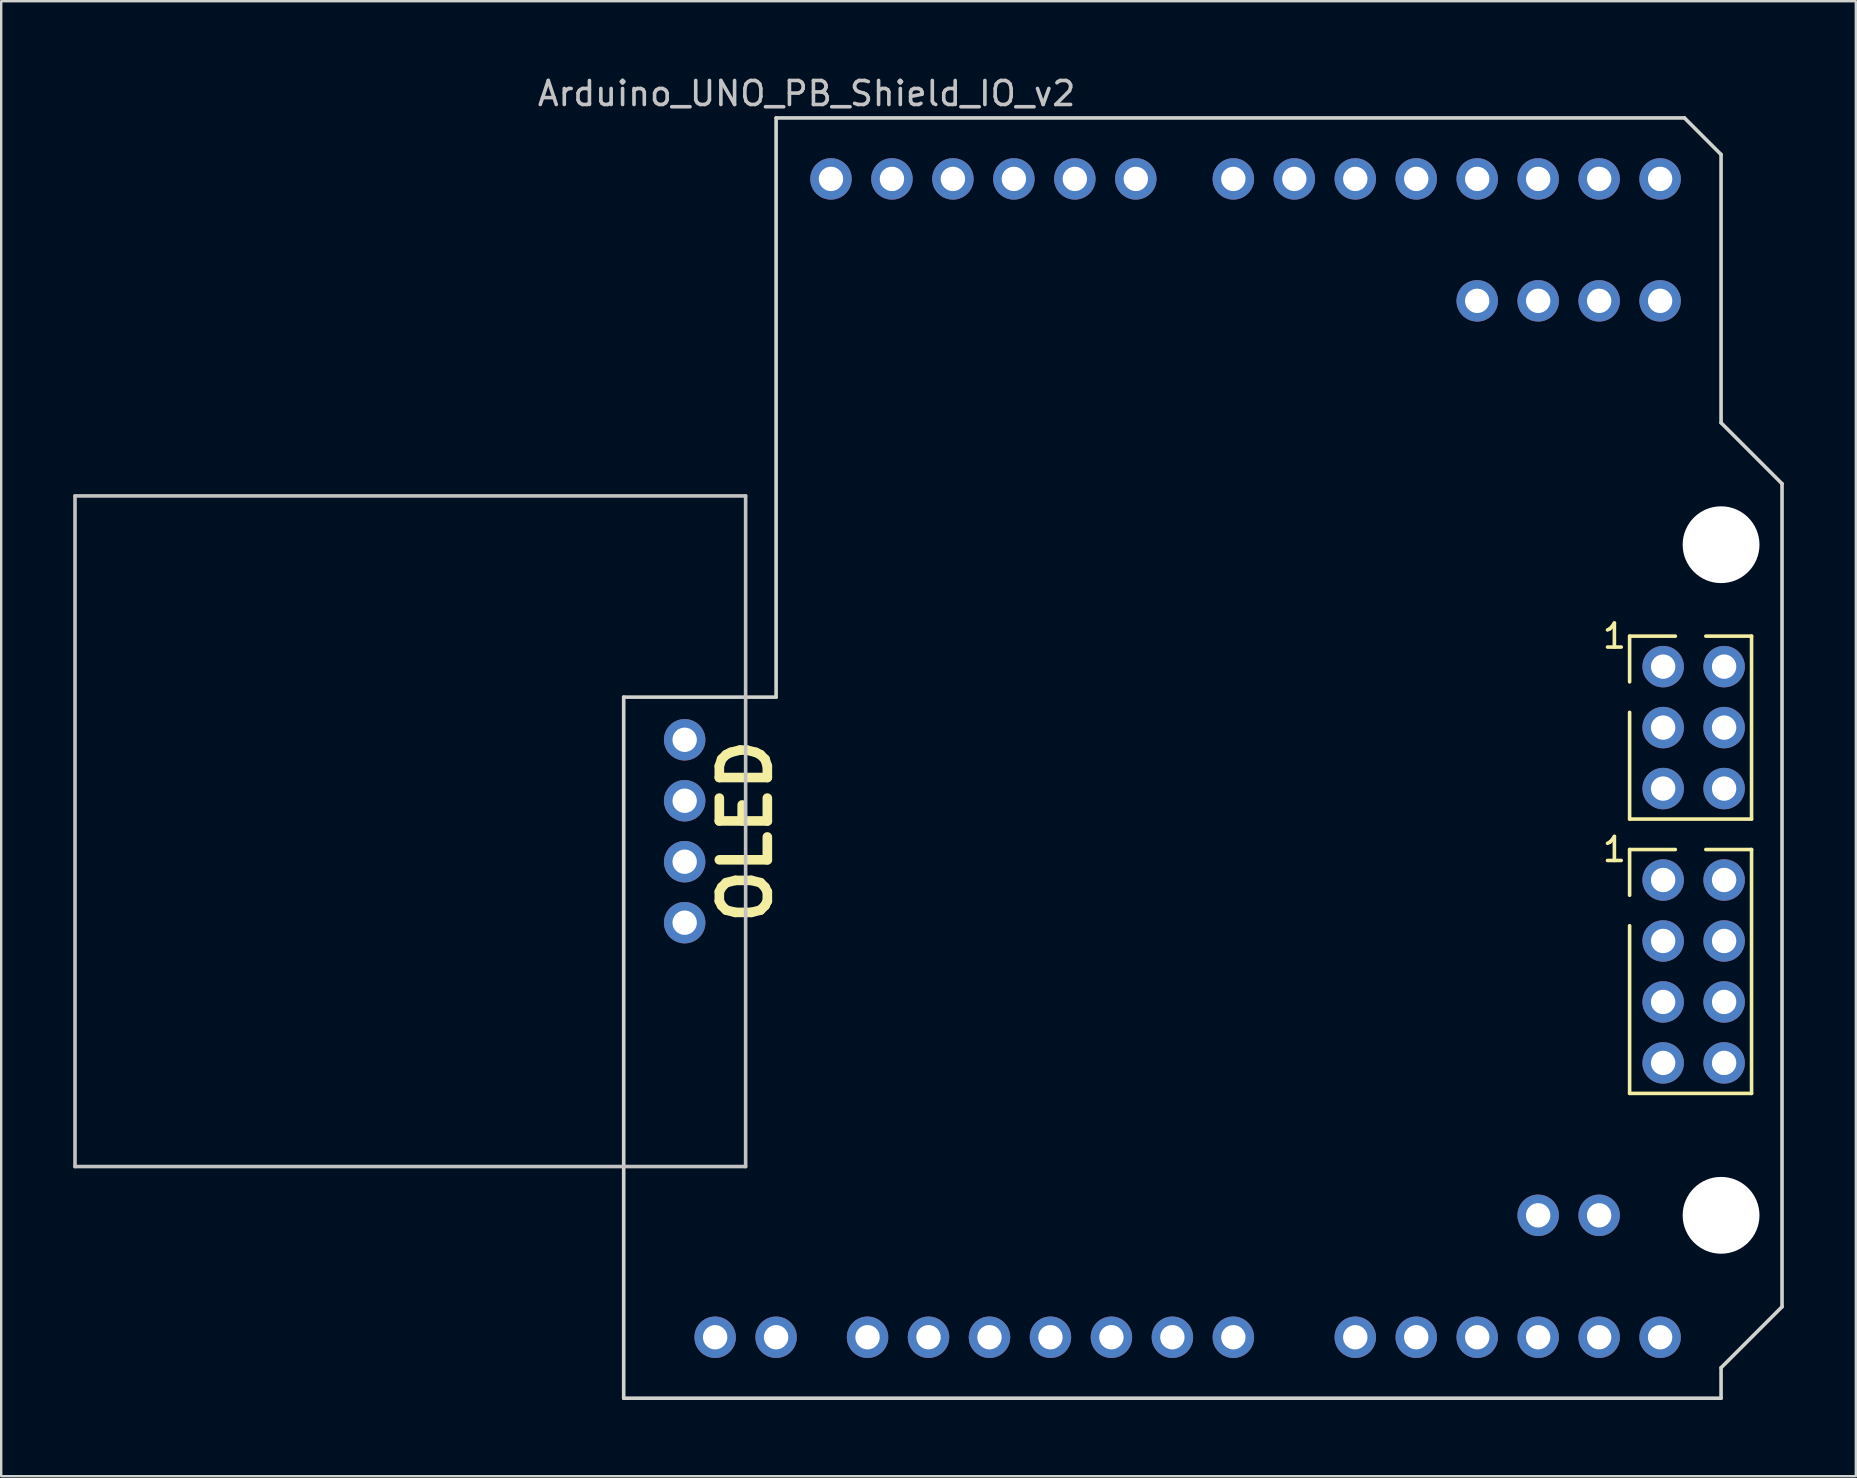
<source format=kicad_pcb>
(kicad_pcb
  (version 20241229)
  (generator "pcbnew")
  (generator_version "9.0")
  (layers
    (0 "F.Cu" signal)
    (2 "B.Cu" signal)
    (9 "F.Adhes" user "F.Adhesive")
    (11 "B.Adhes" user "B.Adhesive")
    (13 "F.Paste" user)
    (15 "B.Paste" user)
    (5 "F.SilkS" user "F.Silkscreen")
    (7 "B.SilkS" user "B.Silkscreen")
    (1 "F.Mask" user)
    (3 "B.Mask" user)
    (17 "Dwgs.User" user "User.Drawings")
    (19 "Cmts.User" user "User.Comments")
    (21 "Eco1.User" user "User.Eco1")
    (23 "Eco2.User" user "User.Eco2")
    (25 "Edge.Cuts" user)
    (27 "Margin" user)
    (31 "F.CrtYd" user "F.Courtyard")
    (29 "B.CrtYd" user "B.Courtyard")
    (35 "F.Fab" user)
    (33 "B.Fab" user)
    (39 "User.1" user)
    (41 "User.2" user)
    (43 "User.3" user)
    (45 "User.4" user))
  (footprint "Arduino_UNO_PB_Shield_IO_v2"
    (layer "F.Cu")
    (at 2.615 55.204)
    (property "Reference" "Arduino_UNO_PB_Shield_IO_v2" (at 27.94 -54.356 0) (layer "Dwgs.User") (effects (font (size 1 1) (thickness 0.15))))
    (attr through_hole)
    (fp_line (start 62.23 -31.75) (end 62.23 -29.845) (stroke (width 0.15) (type solid)) (layer "F.SilkS"))
    (fp_line (start 62.23 -24.13) (end 62.23 -28.575) (stroke (width 0.15) (type solid)) (layer "F.SilkS"))
    (fp_line (start 62.23 -24.13) (end 67.31 -24.13) (stroke (width 0.15) (type solid)) (layer "F.SilkS"))
    (fp_line (start 62.23 -22.86) (end 62.23 -20.955) (stroke (width 0.15) (type solid)) (layer "F.SilkS"))
    (fp_line (start 62.23 -12.7) (end 62.23 -19.685) (stroke (width 0.15) (type solid)) (layer "F.SilkS"))
    (fp_line (start 64.135 -31.75) (end 62.23 -31.75) (stroke (width 0.15) (type solid)) (layer "F.SilkS"))
    (fp_line (start 64.135 -22.86) (end 62.23 -22.86) (stroke (width 0.15) (type solid)) (layer "F.SilkS"))
    (fp_line (start 65.405 -22.86) (end 67.31 -22.86) (stroke (width 0.15) (type solid)) (layer "F.SilkS"))
    (fp_line (start 67.31 -31.75) (end 65.405 -31.75) (stroke (width 0.15) (type solid)) (layer "F.SilkS"))
    (fp_line (start 67.31 -24.13) (end 67.31 -31.75) (stroke (width 0.15) (type solid)) (layer "F.SilkS"))
    (fp_line (start 67.31 -22.86) (end 67.31 -12.7) (stroke (width 0.15) (type solid)) (layer "F.SilkS"))
    (fp_line (start 67.31 -12.7) (end 62.23 -12.7) (stroke (width 0.15) (type solid)) (layer "F.SilkS"))
    (fp_line (start -2.54 -37.592) (end 25.4 -37.592) (stroke (width 0.15) (type solid)) (layer "Dwgs.User"))
    (fp_line (start -2.54 -9.652) (end -2.54 -37.592) (stroke (width 0.15) (type solid)) (layer "Dwgs.User"))
    (fp_line (start 25.4 -9.652) (end -2.54 -9.652) (stroke (width 0.15) (type solid)) (layer "Dwgs.User"))
    (fp_line (start 25.4 -9.652) (end 25.4 -37.592) (stroke (width 0.15) (type solid)) (layer "Dwgs.User"))
    (fp_line (start 20.32 0) (end 20.32 -29.21) (stroke (width 0.15) (type solid)) (layer "Edge.Cuts"))
    (fp_line (start 20.32 0) (end 66.04 0) (stroke (width 0.15) (type solid)) (layer "Edge.Cuts"))
    (fp_line (start 26.67 -53.34) (end 64.516 -53.34) (stroke (width 0.15) (type solid)) (layer "Edge.Cuts"))
    (fp_line (start 26.67 -29.21) (end 20.32 -29.21) (stroke (width 0.15) (type solid)) (layer "Edge.Cuts"))
    (fp_line (start 26.67 -29.21) (end 26.67 -53.34) (stroke (width 0.15) (type solid)) (layer "Edge.Cuts"))
    (fp_line (start 64.516 -53.34) (end 66.04 -51.816) (stroke (width 0.15) (type solid)) (layer "Edge.Cuts"))
    (fp_line (start 66.04 -40.64) (end 66.04 -51.816) (stroke (width 0.15) (type solid)) (layer "Edge.Cuts"))
    (fp_line (start 66.04 -1.27) (end 68.58 -3.81) (stroke (width 0.15) (type solid)) (layer "Edge.Cuts"))
    (fp_line (start 66.04 0) (end 66.04 -1.27) (stroke (width 0.15) (type solid)) (layer "Edge.Cuts"))
    (fp_line (start 68.58 -38.1) (end 66.04 -40.64) (stroke (width 0.15) (type solid)) (layer "Edge.Cuts"))
    (fp_line (start 68.58 -3.81) (end 68.58 -38.1) (stroke (width 0.15) (type solid)) (layer "Edge.Cuts"))
    (fp_text user "1" (at 61.595 -22.86 0) (layer "F.SilkS") (effects (font (size 1 1) (thickness 0.15))))
    (fp_text user "OLED" (at 25.4 -23.622 270) (layer "F.SilkS") (effects (font (size 2 2) (thickness 0.4))))
    (fp_text user "1" (at 61.595 -31.75 0) (layer "F.SilkS") (effects (font (size 1 1) (thickness 0.15))))
    (pad "" thru_hole oval (at 33.02 -2.54) (size 1.727 1.727) (drill 1.016) (layers "*.Cu" "*.Mask"))
    (pad "" thru_hole oval (at 35.56 -2.54) (size 1.727 1.727) (drill 1.016) (layers "*.Cu" "*.Mask"))
    (pad "" thru_hole oval (at 45.72 -2.54) (size 1.727 1.727) (drill 1.016) (layers "*.Cu" "*.Mask"))
    (pad "" thru_hole oval (at 50.8 -2.54) (size 1.727 1.727) (drill 1.016) (layers "*.Cu" "*.Mask"))
    (pad "" thru_hole oval (at 53.34 -2.54) (size 1.727 1.727) (drill 1.016) (layers "*.Cu" "*.Mask"))
    (pad "" thru_hole oval (at 63.627 -30.48) (size 1.727 1.727) (drill 1.016) (layers "*.Cu" "*.Mask"))
    (pad "" thru_hole oval (at 63.627 -27.94) (size 1.727 1.727) (drill 1.016) (layers "*.Cu" "*.Mask"))
    (pad "" thru_hole oval (at 63.627 -25.4) (size 1.727 1.727) (drill 1.016) (layers "*.Cu" "*.Mask"))
    (pad "" thru_hole oval (at 63.627 -19.05) (size 1.727 1.727) (drill 1.016) (layers "*.Cu" "*.Mask"))
    (pad "" thru_hole oval (at 63.627 -16.51) (size 1.727 1.727) (drill 1.016) (layers "*.Cu" "*.Mask"))
    (pad "" thru_hole oval (at 63.627 -13.97) (size 1.727 1.727) (drill 1.016) (layers "*.Cu" "*.Mask"))
    (pad "" np_thru_hole circle (at 66.04 -35.56) (size 3.2 3.2) (drill 3.2) (layers "*.Cu" "*.Mask"))
    (pad "" np_thru_hole circle (at 66.04 -7.62) (size 3.2 3.2) (drill 3.2) (layers "*.Cu" "*.Mask"))
    (pad "" thru_hole oval (at 66.167 -27.94) (size 1.727 1.727) (drill 1.016) (layers "*.Cu" "*.Mask"))
    (pad "" thru_hole oval (at 66.167 -21.59) (size 1.727 1.727) (drill 1.016) (layers "*.Cu" "*.Mask"))
    (pad "" thru_hole oval (at 66.167 -19.05) (size 1.727 1.727) (drill 1.016) (layers "*.Cu" "*.Mask"))
    (pad "" thru_hole oval (at 66.167 -16.51) (size 1.727 1.727) (drill 1.016) (layers "*.Cu" "*.Mask"))
    (pad "" thru_hole oval (at 66.167 -13.97) (size 1.727 1.727) (drill 1.016) (layers "*.Cu" "*.Mask"))
    (pad "5V" thru_hole oval (at 26.67 -2.54) (size 1.727 1.727) (drill 1.016) (layers "*.Cu" "*.Mask"))
    (pad "5V" thru_hole oval (at 30.48 -2.54) (size 1.727 1.727) (drill 1.016) (layers "*.Cu" "*.Mask"))
    (pad "D0" thru_hole oval (at 63.5 -50.8) (size 1.727 1.727) (drill 1.016) (layers "*.Cu" "*.Mask"))
    (pad "D1" thru_hole oval (at 60.96 -50.8) (size 1.727 1.727) (drill 1.016) (layers "*.Cu" "*.Mask"))
    (pad "D2" thru_hole oval (at 58.42 -50.8) (size 1.727 1.727) (drill 1.016) (layers "*.Cu" "*.Mask"))
    (pad "D3" thru_hole oval (at 55.88 -50.8) (size 1.727 1.727) (drill 1.016) (layers "*.Cu" "*.Mask"))
    (pad "D4" thru_hole oval (at 53.34 -50.8) (size 1.727 1.727) (drill 1.016) (layers "*.Cu" "*.Mask"))
    (pad "D5" thru_hole oval (at 50.8 -50.8) (size 1.727 1.727) (drill 1.016) (layers "*.Cu" "*.Mask"))
    (pad "D6" thru_hole oval (at 48.26 -50.8) (size 1.727 1.727) (drill 1.016) (layers "*.Cu" "*.Mask"))
    (pad "D7" thru_hole oval (at 45.72 -50.8) (size 1.727 1.727) (drill 1.016) (layers "*.Cu" "*.Mask"))
    (pad "D8" thru_hole oval (at 41.656 -50.8) (size 1.727 1.727) (drill 1.016) (layers "*.Cu" "*.Mask"))
    (pad "D9" thru_hole oval (at 39.116 -50.8) (size 1.727 1.727) (drill 1.016) (layers "*.Cu" "*.Mask"))
    (pad "D10" thru_hole oval (at 36.576 -50.8) (size 1.727 1.727) (drill 1.016) (layers "*.Cu" "*.Mask"))
    (pad "D11" thru_hole oval (at 34.036 -50.8) (size 1.727 1.727) (drill 1.016) (layers "*.Cu" "*.Mask"))
    (pad "D12" thru_hole oval (at 31.496 -50.8) (size 1.727 1.727) (drill 1.016) (layers "*.Cu" "*.Mask"))
    (pad "D13" thru_hole oval (at 28.956 -50.8) (size 1.727 1.727) (drill 1.016) (layers "*.Cu" "*.Mask"))
    (pad "D16" thru_hole oval (at 55.88 -2.54) (size 1.727 1.727) (drill 1.016) (layers "*.Cu" "*.Mask"))
    (pad "D17" thru_hole oval (at 58.42 -2.54) (size 1.727 1.727) (drill 1.016) (layers "*.Cu" "*.Mask"))
    (pad "D18" thru_hole oval (at 60.96 -2.54) (size 1.727 1.727) (drill 1.016) (layers "*.Cu" "*.Mask"))
    (pad "D19" thru_hole oval (at 63.5 -2.54) (size 1.727 1.727) (drill 1.016) (layers "*.Cu" "*.Mask"))
    (pad "D20" thru_hole oval (at 63.5 -45.72) (size 1.727 1.727) (drill 1.016) (layers "*.Cu" "*.Mask"))
    (pad "D21" thru_hole oval (at 60.96 -45.72) (size 1.727 1.727) (drill 1.016) (layers "*.Cu" "*.Mask"))
    (pad "D23" thru_hole oval (at 58.42 -45.72) (size 1.727 1.727) (drill 1.016) (layers "*.Cu" "*.Mask"))
    (pad "D24" thru_hole oval (at 55.88 -45.72) (size 1.727 1.727) (drill 1.016) (layers "*.Cu" "*.Mask"))
    (pad "D25" thru_hole oval (at 58.42 -7.62) (size 1.727 1.727) (drill 1.016) (layers "*.Cu" "*.Mask"))
    (pad "D26" thru_hole oval (at 60.96 -7.62) (size 1.727 1.727) (drill 1.016) (layers "*.Cu" "*.Mask"))
    (pad "GND" thru_hole oval (at 22.86 -27.432 90) (size 1.727 1.727) (drill 1.016) (layers "*.Cu" "*.Mask"))
    (pad "GND" thru_hole oval (at 40.64 -2.54) (size 1.727 1.727) (drill 1.016) (layers "*.Cu" "*.Mask"))
    (pad "GND" thru_hole oval (at 43.18 -2.54) (size 1.727 1.727) (drill 1.016) (layers "*.Cu" "*.Mask"))
    (pad "GND" thru_hole oval (at 63.627 -21.59) (size 1.727 1.727) (drill 1.016) (layers "*.Cu" "*.Mask"))
    (pad "GND" thru_hole oval (at 66.167 -25.4) (size 1.727 1.727) (drill 1.016) (layers "*.Cu" "*.Mask"))
    (pad "LED" thru_hole oval (at 24.13 -2.54) (size 1.727 1.727) (drill 1.016) (layers "*.Cu" "*.Mask"))
    (pad "SCL" thru_hole oval (at 22.86 -22.352 90) (size 1.727 1.727) (drill 1.016) (layers "*.Cu" "*.Mask"))
    (pad "SDA" thru_hole oval (at 22.86 -19.812 90) (size 1.727 1.727) (drill 1.016) (layers "*.Cu" "*.Mask"))
    (pad "VCC" thru_hole oval (at 22.86 -24.892 90) (size 1.727 1.727) (drill 1.016) (layers "*.Cu" "*.Mask"))
    (pad "VCC" thru_hole oval (at 38.1 -2.54) (size 1.727 1.727) (drill 1.016) (layers "*.Cu" "*.Mask"))
    (pad "VCC" thru_hole oval (at 66.167 -30.48) (size 1.727 1.727) (drill 1.016) (layers "*.Cu" "*.Mask")))
  (gr_rect
    (start -3 -3)
    (end 74.27 58.454)
    (stroke (width 0.1) (type default))
    (fill no)
    (layer "Edge.Cuts")))
</source>
